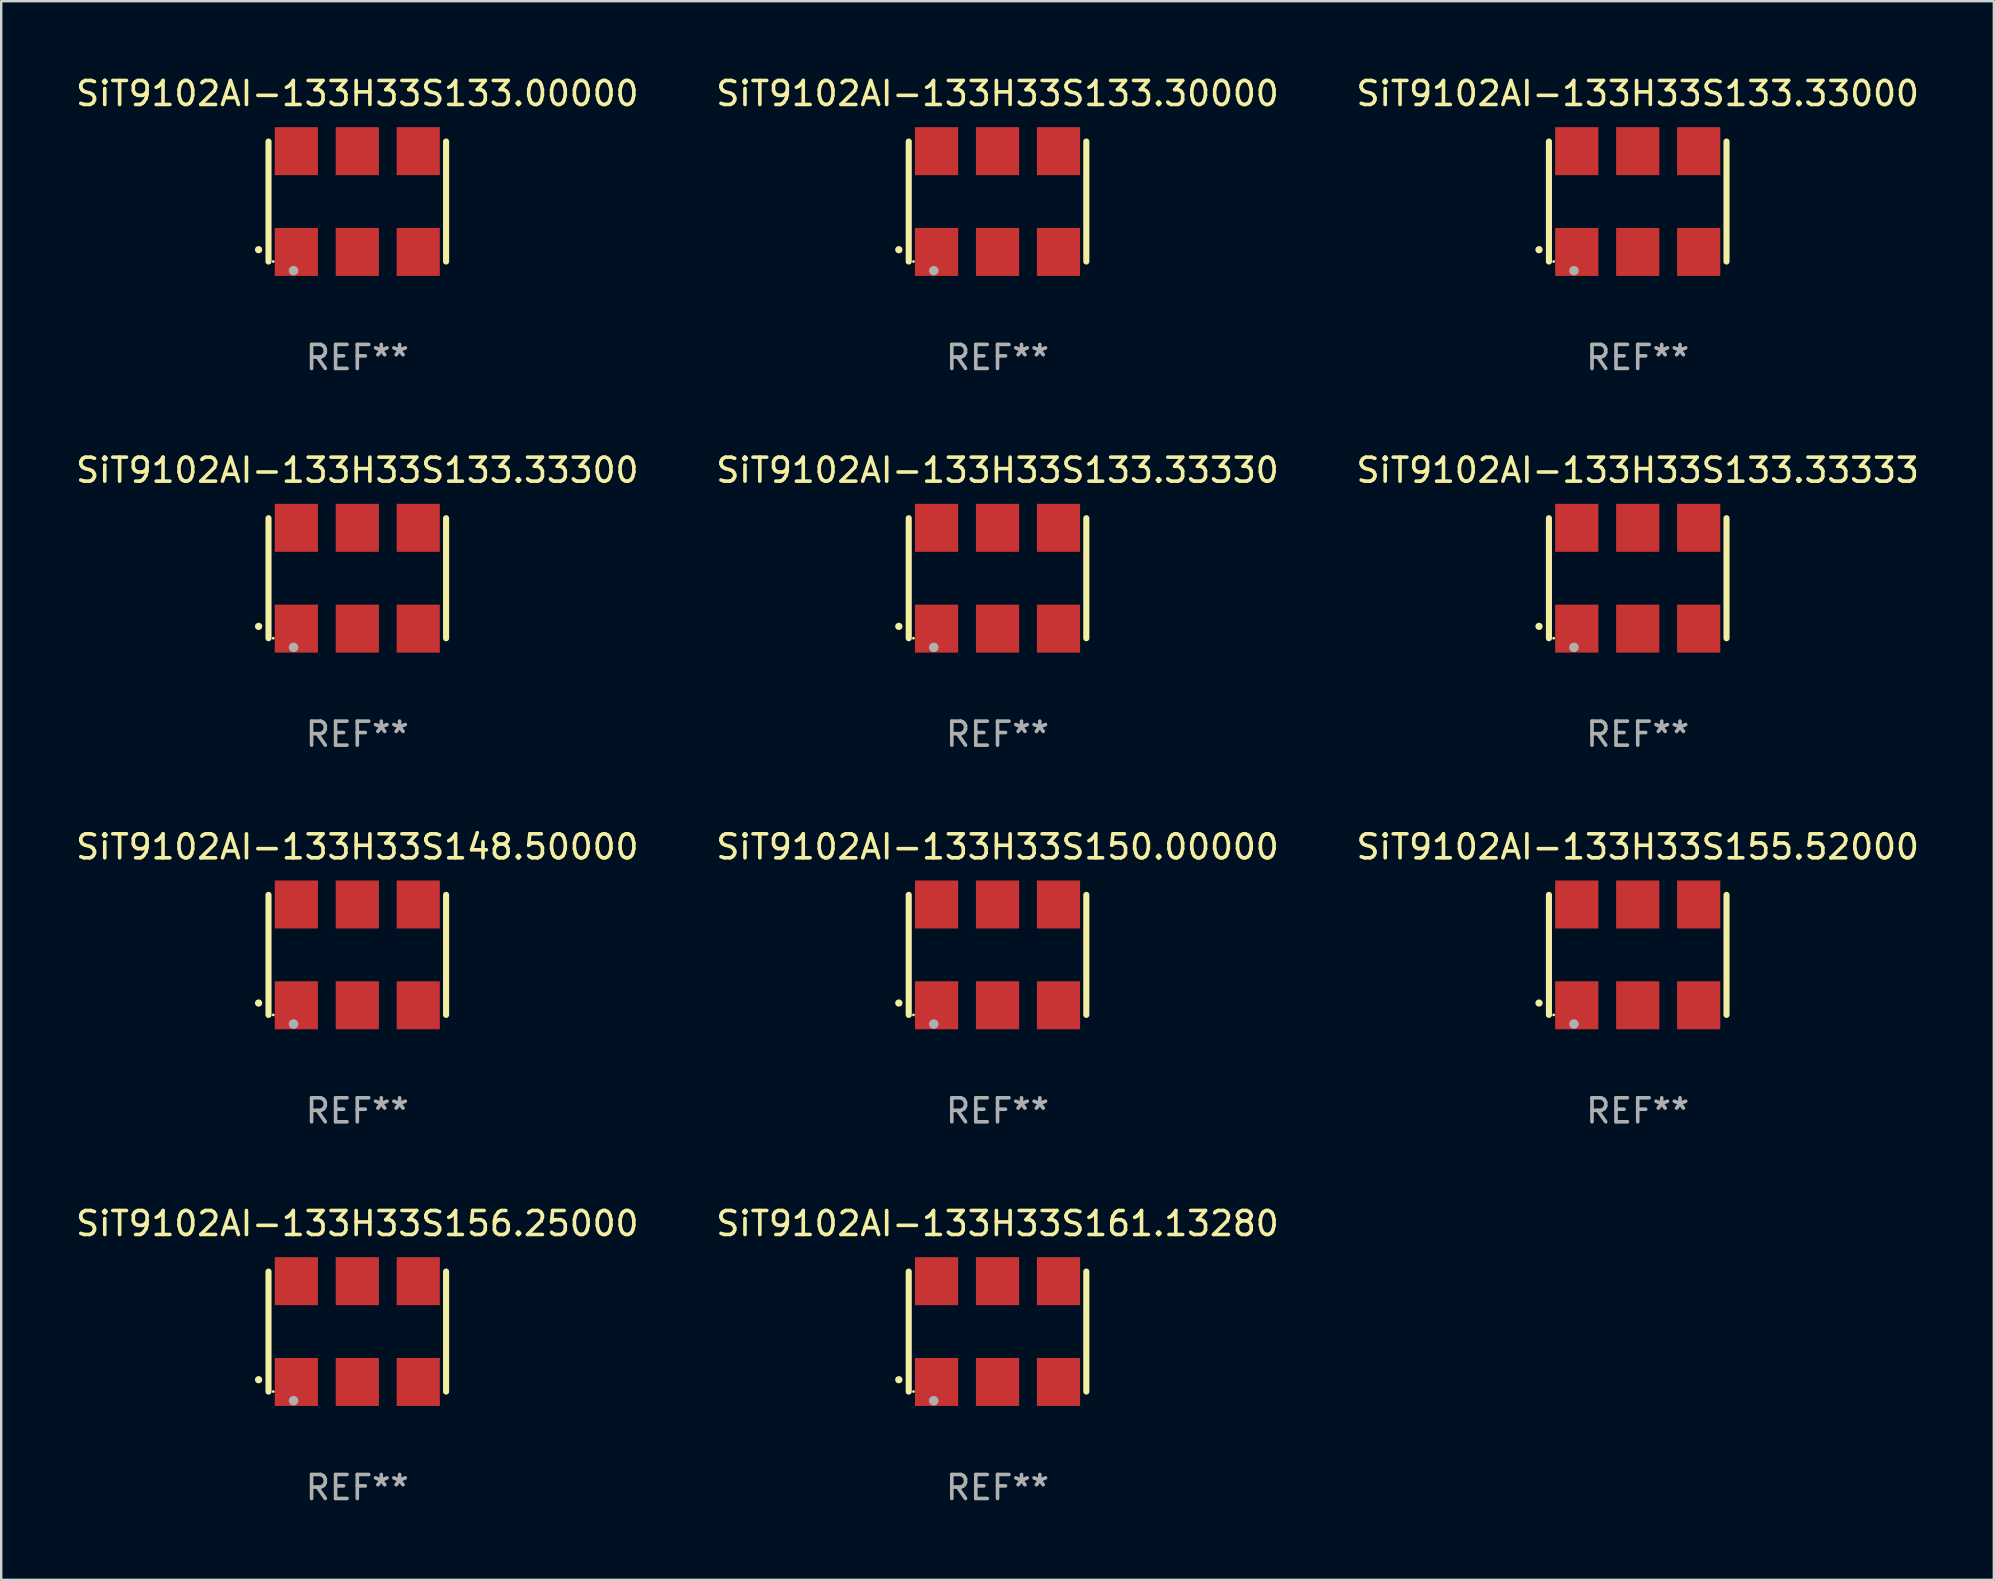
<source format=kicad_pcb>
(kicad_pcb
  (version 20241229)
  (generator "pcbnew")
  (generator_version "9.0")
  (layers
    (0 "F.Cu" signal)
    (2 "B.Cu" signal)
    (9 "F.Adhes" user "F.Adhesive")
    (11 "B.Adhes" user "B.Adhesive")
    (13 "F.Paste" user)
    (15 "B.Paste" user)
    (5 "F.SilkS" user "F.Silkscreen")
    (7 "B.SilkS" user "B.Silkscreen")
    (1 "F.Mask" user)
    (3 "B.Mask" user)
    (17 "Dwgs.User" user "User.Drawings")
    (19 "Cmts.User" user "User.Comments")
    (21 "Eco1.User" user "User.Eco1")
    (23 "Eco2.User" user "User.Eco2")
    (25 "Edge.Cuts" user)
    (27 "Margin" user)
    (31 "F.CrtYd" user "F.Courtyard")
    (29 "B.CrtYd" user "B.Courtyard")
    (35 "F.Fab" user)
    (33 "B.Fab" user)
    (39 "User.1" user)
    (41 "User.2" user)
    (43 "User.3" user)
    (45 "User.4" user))
  (footprint "SiT9102AI-133H33S156.25000"
    (layer "F.Cu")
    (at 11.839 52.438)
    (property "Reference" "SiT9102AI-133H33S156.25000" (at 0 -4.5 0) (layer "F.SilkS") (effects (font (size 1 1) (thickness 0.15))))
    (attr through_hole)
    (fp_line (start -3.7 -2.5) (end -3.7 2.5) (stroke (width 0.254) (type solid)) (layer "F.SilkS"))
    (fp_line (start 3.7 -2.5) (end 3.7 2.5) (stroke (width 0.254) (type solid)) (layer "F.SilkS"))
    (fp_arc (start -4.114415 2.006604) (mid -4.113145 2.006599) (end -4.111875 2.006604) (stroke (width 0.3) (type solid)) (layer "F.SilkS"))
    (fp_circle (center -3.502 2.5) (end -3.472 2.5) (stroke (width 0.06) (type solid)) (fill no) (layer "F.SilkS"))
    (fp_circle (center -2.657 2.882) (end -2.557 2.882) (stroke (width 0.2) (type solid)) (fill no) (layer "F.Fab"))
    (fp_text user "REF**" (at 0 6.5 0) (layer "F.Fab") (effects (font (size 1 1) (thickness 0.15))))
    (pad "1" smd rect (at -2.54 2.1) (size 1.8 2) (layers "F.Cu" "F.Mask" "F.Paste"))
    (pad "2" smd rect (at 0.000394 2.1) (size 1.8 2) (layers "F.Cu" "F.Mask" "F.Paste"))
    (pad "3" smd rect (at 2.54 2.1) (size 1.8 2) (layers "F.Cu" "F.Mask" "F.Paste"))
    (pad "4" smd rect (at 2.54 -2.1) (size 1.8 2) (layers "F.Cu" "F.Mask" "F.Paste"))
    (pad "5" smd rect (at 0.000394 -2.1) (size 1.8 2) (layers "F.Cu" "F.Mask" "F.Paste"))
    (pad "6" smd rect (at -2.54 -2.1) (size 1.8 2) (layers "F.Cu" "F.Mask" "F.Paste")))
  (footprint "SiT9102AI-133H33S133.30000"
    (layer "F.Cu")
    (at 38.518 5.348)
    (property "Reference" "SiT9102AI-133H33S133.30000" (at 0 -4.5 0) (layer "F.SilkS") (effects (font (size 1 1) (thickness 0.15))))
    (attr through_hole)
    (fp_line (start -3.7 -2.5) (end -3.7 2.5) (stroke (width 0.254) (type solid)) (layer "F.SilkS"))
    (fp_line (start 3.7 -2.5) (end 3.7 2.5) (stroke (width 0.254) (type solid)) (layer "F.SilkS"))
    (fp_arc (start -4.114415 2.006604) (mid -4.113145 2.006599) (end -4.111875 2.006604) (stroke (width 0.3) (type solid)) (layer "F.SilkS"))
    (fp_circle (center -3.502 2.5) (end -3.472 2.5) (stroke (width 0.06) (type solid)) (fill no) (layer "F.SilkS"))
    (fp_circle (center -2.657 2.882) (end -2.557 2.882) (stroke (width 0.2) (type solid)) (fill no) (layer "F.Fab"))
    (fp_text user "REF**" (at 0 6.5 0) (layer "F.Fab") (effects (font (size 1 1) (thickness 0.15))))
    (pad "1" smd rect (at -2.54 2.1) (size 1.8 2) (layers "F.Cu" "F.Mask" "F.Paste"))
    (pad "2" smd rect (at 0.000394 2.1) (size 1.8 2) (layers "F.Cu" "F.Mask" "F.Paste"))
    (pad "3" smd rect (at 2.54 2.1) (size 1.8 2) (layers "F.Cu" "F.Mask" "F.Paste"))
    (pad "4" smd rect (at 2.54 -2.1) (size 1.8 2) (layers "F.Cu" "F.Mask" "F.Paste"))
    (pad "5" smd rect (at 0.000394 -2.1) (size 1.8 2) (layers "F.Cu" "F.Mask" "F.Paste"))
    (pad "6" smd rect (at -2.54 -2.1) (size 1.8 2) (layers "F.Cu" "F.Mask" "F.Paste")))
  (footprint "SiT9102AI-133H33S133.33330"
    (layer "F.Cu")
    (at 38.518 21.045)
    (property "Reference" "SiT9102AI-133H33S133.33330" (at 0 -4.5 0) (layer "F.SilkS") (effects (font (size 1 1) (thickness 0.15))))
    (attr through_hole)
    (fp_line (start -3.7 -2.5) (end -3.7 2.5) (stroke (width 0.254) (type solid)) (layer "F.SilkS"))
    (fp_line (start 3.7 -2.5) (end 3.7 2.5) (stroke (width 0.254) (type solid)) (layer "F.SilkS"))
    (fp_arc (start -4.114415 2.006604) (mid -4.113145 2.006599) (end -4.111875 2.006604) (stroke (width 0.3) (type solid)) (layer "F.SilkS"))
    (fp_circle (center -3.502 2.5) (end -3.472 2.5) (stroke (width 0.06) (type solid)) (fill no) (layer "F.SilkS"))
    (fp_circle (center -2.657 2.882) (end -2.557 2.882) (stroke (width 0.2) (type solid)) (fill no) (layer "F.Fab"))
    (fp_text user "REF**" (at 0 6.5 0) (layer "F.Fab") (effects (font (size 1 1) (thickness 0.15))))
    (pad "1" smd rect (at -2.54 2.1) (size 1.8 2) (layers "F.Cu" "F.Mask" "F.Paste"))
    (pad "2" smd rect (at 0.000394 2.1) (size 1.8 2) (layers "F.Cu" "F.Mask" "F.Paste"))
    (pad "3" smd rect (at 2.54 2.1) (size 1.8 2) (layers "F.Cu" "F.Mask" "F.Paste"))
    (pad "4" smd rect (at 2.54 -2.1) (size 1.8 2) (layers "F.Cu" "F.Mask" "F.Paste"))
    (pad "5" smd rect (at 0.000394 -2.1) (size 1.8 2) (layers "F.Cu" "F.Mask" "F.Paste"))
    (pad "6" smd rect (at -2.54 -2.1) (size 1.8 2) (layers "F.Cu" "F.Mask" "F.Paste")))
  (footprint "SiT9102AI-133H33S133.33000"
    (layer "F.Cu")
    (at 65.196 5.348)
    (property "Reference" "SiT9102AI-133H33S133.33000" (at 0 -4.5 0) (layer "F.SilkS") (effects (font (size 1 1) (thickness 0.15))))
    (attr through_hole)
    (fp_line (start -3.7 -2.5) (end -3.7 2.5) (stroke (width 0.254) (type solid)) (layer "F.SilkS"))
    (fp_line (start 3.7 -2.5) (end 3.7 2.5) (stroke (width 0.254) (type solid)) (layer "F.SilkS"))
    (fp_arc (start -4.114415 2.006604) (mid -4.113145 2.006599) (end -4.111875 2.006604) (stroke (width 0.3) (type solid)) (layer "F.SilkS"))
    (fp_circle (center -3.502 2.5) (end -3.472 2.5) (stroke (width 0.06) (type solid)) (fill no) (layer "F.SilkS"))
    (fp_circle (center -2.657 2.882) (end -2.557 2.882) (stroke (width 0.2) (type solid)) (fill no) (layer "F.Fab"))
    (fp_text user "REF**" (at 0 6.5 0) (layer "F.Fab") (effects (font (size 1 1) (thickness 0.15))))
    (pad "1" smd rect (at -2.54 2.1) (size 1.8 2) (layers "F.Cu" "F.Mask" "F.Paste"))
    (pad "2" smd rect (at 0.000394 2.1) (size 1.8 2) (layers "F.Cu" "F.Mask" "F.Paste"))
    (pad "3" smd rect (at 2.54 2.1) (size 1.8 2) (layers "F.Cu" "F.Mask" "F.Paste"))
    (pad "4" smd rect (at 2.54 -2.1) (size 1.8 2) (layers "F.Cu" "F.Mask" "F.Paste"))
    (pad "5" smd rect (at 0.000394 -2.1) (size 1.8 2) (layers "F.Cu" "F.Mask" "F.Paste"))
    (pad "6" smd rect (at -2.54 -2.1) (size 1.8 2) (layers "F.Cu" "F.Mask" "F.Paste")))
  (footprint "SiT9102AI-133H33S133.33300"
    (layer "F.Cu")
    (at 11.839 21.045)
    (property "Reference" "SiT9102AI-133H33S133.33300" (at 0 -4.5 0) (layer "F.SilkS") (effects (font (size 1 1) (thickness 0.15))))
    (attr through_hole)
    (fp_line (start -3.7 -2.5) (end -3.7 2.5) (stroke (width 0.254) (type solid)) (layer "F.SilkS"))
    (fp_line (start 3.7 -2.5) (end 3.7 2.5) (stroke (width 0.254) (type solid)) (layer "F.SilkS"))
    (fp_arc (start -4.114415 2.006604) (mid -4.113145 2.006599) (end -4.111875 2.006604) (stroke (width 0.3) (type solid)) (layer "F.SilkS"))
    (fp_circle (center -3.502 2.5) (end -3.472 2.5) (stroke (width 0.06) (type solid)) (fill no) (layer "F.SilkS"))
    (fp_circle (center -2.657 2.882) (end -2.557 2.882) (stroke (width 0.2) (type solid)) (fill no) (layer "F.Fab"))
    (fp_text user "REF**" (at 0 6.5 0) (layer "F.Fab") (effects (font (size 1 1) (thickness 0.15))))
    (pad "1" smd rect (at -2.54 2.1) (size 1.8 2) (layers "F.Cu" "F.Mask" "F.Paste"))
    (pad "2" smd rect (at 0.000394 2.1) (size 1.8 2) (layers "F.Cu" "F.Mask" "F.Paste"))
    (pad "3" smd rect (at 2.54 2.1) (size 1.8 2) (layers "F.Cu" "F.Mask" "F.Paste"))
    (pad "4" smd rect (at 2.54 -2.1) (size 1.8 2) (layers "F.Cu" "F.Mask" "F.Paste"))
    (pad "5" smd rect (at 0.000394 -2.1) (size 1.8 2) (layers "F.Cu" "F.Mask" "F.Paste"))
    (pad "6" smd rect (at -2.54 -2.1) (size 1.8 2) (layers "F.Cu" "F.Mask" "F.Paste")))
  (footprint "SiT9102AI-133H33S148.50000"
    (layer "F.Cu")
    (at 11.839 36.741)
    (property "Reference" "SiT9102AI-133H33S148.50000" (at 0 -4.5 0) (layer "F.SilkS") (effects (font (size 1 1) (thickness 0.15))))
    (attr through_hole)
    (fp_line (start -3.7 -2.5) (end -3.7 2.5) (stroke (width 0.254) (type solid)) (layer "F.SilkS"))
    (fp_line (start 3.7 -2.5) (end 3.7 2.5) (stroke (width 0.254) (type solid)) (layer "F.SilkS"))
    (fp_arc (start -4.114415 2.006604) (mid -4.113145 2.006599) (end -4.111875 2.006604) (stroke (width 0.3) (type solid)) (layer "F.SilkS"))
    (fp_circle (center -3.502 2.5) (end -3.472 2.5) (stroke (width 0.06) (type solid)) (fill no) (layer "F.SilkS"))
    (fp_circle (center -2.657 2.882) (end -2.557 2.882) (stroke (width 0.2) (type solid)) (fill no) (layer "F.Fab"))
    (fp_text user "REF**" (at 0 6.5 0) (layer "F.Fab") (effects (font (size 1 1) (thickness 0.15))))
    (pad "1" smd rect (at -2.54 2.1) (size 1.8 2) (layers "F.Cu" "F.Mask" "F.Paste"))
    (pad "2" smd rect (at 0.000394 2.1) (size 1.8 2) (layers "F.Cu" "F.Mask" "F.Paste"))
    (pad "3" smd rect (at 2.54 2.1) (size 1.8 2) (layers "F.Cu" "F.Mask" "F.Paste"))
    (pad "4" smd rect (at 2.54 -2.1) (size 1.8 2) (layers "F.Cu" "F.Mask" "F.Paste"))
    (pad "5" smd rect (at 0.000394 -2.1) (size 1.8 2) (layers "F.Cu" "F.Mask" "F.Paste"))
    (pad "6" smd rect (at -2.54 -2.1) (size 1.8 2) (layers "F.Cu" "F.Mask" "F.Paste")))
  (footprint "SiT9102AI-133H33S150.00000"
    (layer "F.Cu")
    (at 38.518 36.741)
    (property "Reference" "SiT9102AI-133H33S150.00000" (at 0 -4.5 0) (layer "F.SilkS") (effects (font (size 1 1) (thickness 0.15))))
    (attr through_hole)
    (fp_line (start -3.7 -2.5) (end -3.7 2.5) (stroke (width 0.254) (type solid)) (layer "F.SilkS"))
    (fp_line (start 3.7 -2.5) (end 3.7 2.5) (stroke (width 0.254) (type solid)) (layer "F.SilkS"))
    (fp_arc (start -4.114415 2.006604) (mid -4.113145 2.006599) (end -4.111875 2.006604) (stroke (width 0.3) (type solid)) (layer "F.SilkS"))
    (fp_circle (center -3.502 2.5) (end -3.472 2.5) (stroke (width 0.06) (type solid)) (fill no) (layer "F.SilkS"))
    (fp_circle (center -2.657 2.882) (end -2.557 2.882) (stroke (width 0.2) (type solid)) (fill no) (layer "F.Fab"))
    (fp_text user "REF**" (at 0 6.5 0) (layer "F.Fab") (effects (font (size 1 1) (thickness 0.15))))
    (pad "1" smd rect (at -2.54 2.1) (size 1.8 2) (layers "F.Cu" "F.Mask" "F.Paste"))
    (pad "2" smd rect (at 0.000394 2.1) (size 1.8 2) (layers "F.Cu" "F.Mask" "F.Paste"))
    (pad "3" smd rect (at 2.54 2.1) (size 1.8 2) (layers "F.Cu" "F.Mask" "F.Paste"))
    (pad "4" smd rect (at 2.54 -2.1) (size 1.8 2) (layers "F.Cu" "F.Mask" "F.Paste"))
    (pad "5" smd rect (at 0.000394 -2.1) (size 1.8 2) (layers "F.Cu" "F.Mask" "F.Paste"))
    (pad "6" smd rect (at -2.54 -2.1) (size 1.8 2) (layers "F.Cu" "F.Mask" "F.Paste")))
  (footprint "SiT9102AI-133H33S155.52000"
    (layer "F.Cu")
    (at 65.196 36.741)
    (property "Reference" "SiT9102AI-133H33S155.52000" (at 0 -4.5 0) (layer "F.SilkS") (effects (font (size 1 1) (thickness 0.15))))
    (attr through_hole)
    (fp_line (start -3.7 -2.5) (end -3.7 2.5) (stroke (width 0.254) (type solid)) (layer "F.SilkS"))
    (fp_line (start 3.7 -2.5) (end 3.7 2.5) (stroke (width 0.254) (type solid)) (layer "F.SilkS"))
    (fp_arc (start -4.114415 2.006604) (mid -4.113145 2.006599) (end -4.111875 2.006604) (stroke (width 0.3) (type solid)) (layer "F.SilkS"))
    (fp_circle (center -3.502 2.5) (end -3.472 2.5) (stroke (width 0.06) (type solid)) (fill no) (layer "F.SilkS"))
    (fp_circle (center -2.657 2.882) (end -2.557 2.882) (stroke (width 0.2) (type solid)) (fill no) (layer "F.Fab"))
    (fp_text user "REF**" (at 0 6.5 0) (layer "F.Fab") (effects (font (size 1 1) (thickness 0.15))))
    (pad "1" smd rect (at -2.54 2.1) (size 1.8 2) (layers "F.Cu" "F.Mask" "F.Paste"))
    (pad "2" smd rect (at 0.000394 2.1) (size 1.8 2) (layers "F.Cu" "F.Mask" "F.Paste"))
    (pad "3" smd rect (at 2.54 2.1) (size 1.8 2) (layers "F.Cu" "F.Mask" "F.Paste"))
    (pad "4" smd rect (at 2.54 -2.1) (size 1.8 2) (layers "F.Cu" "F.Mask" "F.Paste"))
    (pad "5" smd rect (at 0.000394 -2.1) (size 1.8 2) (layers "F.Cu" "F.Mask" "F.Paste"))
    (pad "6" smd rect (at -2.54 -2.1) (size 1.8 2) (layers "F.Cu" "F.Mask" "F.Paste")))
  (footprint "SiT9102AI-133H33S161.13280"
    (layer "F.Cu")
    (at 38.518 52.438)
    (property "Reference" "SiT9102AI-133H33S161.13280" (at 0 -4.5 0) (layer "F.SilkS") (effects (font (size 1 1) (thickness 0.15))))
    (attr through_hole)
    (fp_line (start -3.7 -2.5) (end -3.7 2.5) (stroke (width 0.254) (type solid)) (layer "F.SilkS"))
    (fp_line (start 3.7 -2.5) (end 3.7 2.5) (stroke (width 0.254) (type solid)) (layer "F.SilkS"))
    (fp_arc (start -4.114415 2.006604) (mid -4.113145 2.006599) (end -4.111875 2.006604) (stroke (width 0.3) (type solid)) (layer "F.SilkS"))
    (fp_circle (center -3.502 2.5) (end -3.472 2.5) (stroke (width 0.06) (type solid)) (fill no) (layer "F.SilkS"))
    (fp_circle (center -2.657 2.882) (end -2.557 2.882) (stroke (width 0.2) (type solid)) (fill no) (layer "F.Fab"))
    (fp_text user "REF**" (at 0 6.5 0) (layer "F.Fab") (effects (font (size 1 1) (thickness 0.15))))
    (pad "1" smd rect (at -2.54 2.1) (size 1.8 2) (layers "F.Cu" "F.Mask" "F.Paste"))
    (pad "2" smd rect (at 0.000394 2.1) (size 1.8 2) (layers "F.Cu" "F.Mask" "F.Paste"))
    (pad "3" smd rect (at 2.54 2.1) (size 1.8 2) (layers "F.Cu" "F.Mask" "F.Paste"))
    (pad "4" smd rect (at 2.54 -2.1) (size 1.8 2) (layers "F.Cu" "F.Mask" "F.Paste"))
    (pad "5" smd rect (at 0.000394 -2.1) (size 1.8 2) (layers "F.Cu" "F.Mask" "F.Paste"))
    (pad "6" smd rect (at -2.54 -2.1) (size 1.8 2) (layers "F.Cu" "F.Mask" "F.Paste")))
  (footprint "SiT9102AI-133H33S133.00000"
    (layer "F.Cu")
    (at 11.839 5.348)
    (property "Reference" "SiT9102AI-133H33S133.00000" (at 0 -4.5 0) (layer "F.SilkS") (effects (font (size 1 1) (thickness 0.15))))
    (attr through_hole)
    (fp_line (start -3.7 -2.5) (end -3.7 2.5) (stroke (width 0.254) (type solid)) (layer "F.SilkS"))
    (fp_line (start 3.7 -2.5) (end 3.7 2.5) (stroke (width 0.254) (type solid)) (layer "F.SilkS"))
    (fp_arc (start -4.114415 2.006604) (mid -4.113145 2.006599) (end -4.111875 2.006604) (stroke (width 0.3) (type solid)) (layer "F.SilkS"))
    (fp_circle (center -3.502 2.5) (end -3.472 2.5) (stroke (width 0.06) (type solid)) (fill no) (layer "F.SilkS"))
    (fp_circle (center -2.657 2.882) (end -2.557 2.882) (stroke (width 0.2) (type solid)) (fill no) (layer "F.Fab"))
    (fp_text user "REF**" (at 0 6.5 0) (layer "F.Fab") (effects (font (size 1 1) (thickness 0.15))))
    (pad "1" smd rect (at -2.54 2.1) (size 1.8 2) (layers "F.Cu" "F.Mask" "F.Paste"))
    (pad "2" smd rect (at 0.000394 2.1) (size 1.8 2) (layers "F.Cu" "F.Mask" "F.Paste"))
    (pad "3" smd rect (at 2.54 2.1) (size 1.8 2) (layers "F.Cu" "F.Mask" "F.Paste"))
    (pad "4" smd rect (at 2.54 -2.1) (size 1.8 2) (layers "F.Cu" "F.Mask" "F.Paste"))
    (pad "5" smd rect (at 0.000394 -2.1) (size 1.8 2) (layers "F.Cu" "F.Mask" "F.Paste"))
    (pad "6" smd rect (at -2.54 -2.1) (size 1.8 2) (layers "F.Cu" "F.Mask" "F.Paste")))
  (footprint "SiT9102AI-133H33S133.33333"
    (layer "F.Cu")
    (at 65.196 21.045)
    (property "Reference" "SiT9102AI-133H33S133.33333" (at 0 -4.5 0) (layer "F.SilkS") (effects (font (size 1 1) (thickness 0.15))))
    (attr through_hole)
    (fp_line (start -3.7 -2.5) (end -3.7 2.5) (stroke (width 0.254) (type solid)) (layer "F.SilkS"))
    (fp_line (start 3.7 -2.5) (end 3.7 2.5) (stroke (width 0.254) (type solid)) (layer "F.SilkS"))
    (fp_arc (start -4.114415 2.006604) (mid -4.113145 2.006599) (end -4.111875 2.006604) (stroke (width 0.3) (type solid)) (layer "F.SilkS"))
    (fp_circle (center -3.502 2.5) (end -3.472 2.5) (stroke (width 0.06) (type solid)) (fill no) (layer "F.SilkS"))
    (fp_circle (center -2.657 2.882) (end -2.557 2.882) (stroke (width 0.2) (type solid)) (fill no) (layer "F.Fab"))
    (fp_text user "REF**" (at 0 6.5 0) (layer "F.Fab") (effects (font (size 1 1) (thickness 0.15))))
    (pad "1" smd rect (at -2.54 2.1) (size 1.8 2) (layers "F.Cu" "F.Mask" "F.Paste"))
    (pad "2" smd rect (at 0.000394 2.1) (size 1.8 2) (layers "F.Cu" "F.Mask" "F.Paste"))
    (pad "3" smd rect (at 2.54 2.1) (size 1.8 2) (layers "F.Cu" "F.Mask" "F.Paste"))
    (pad "4" smd rect (at 2.54 -2.1) (size 1.8 2) (layers "F.Cu" "F.Mask" "F.Paste"))
    (pad "5" smd rect (at 0.000394 -2.1) (size 1.8 2) (layers "F.Cu" "F.Mask" "F.Paste"))
    (pad "6" smd rect (at -2.54 -2.1) (size 1.8 2) (layers "F.Cu" "F.Mask" "F.Paste")))
  (gr_rect
    (start -3 -3)
    (end 80.036 62.786)
    (stroke (width 0.1) (type default))
    (fill no)
    (layer "Edge.Cuts")))
</source>
